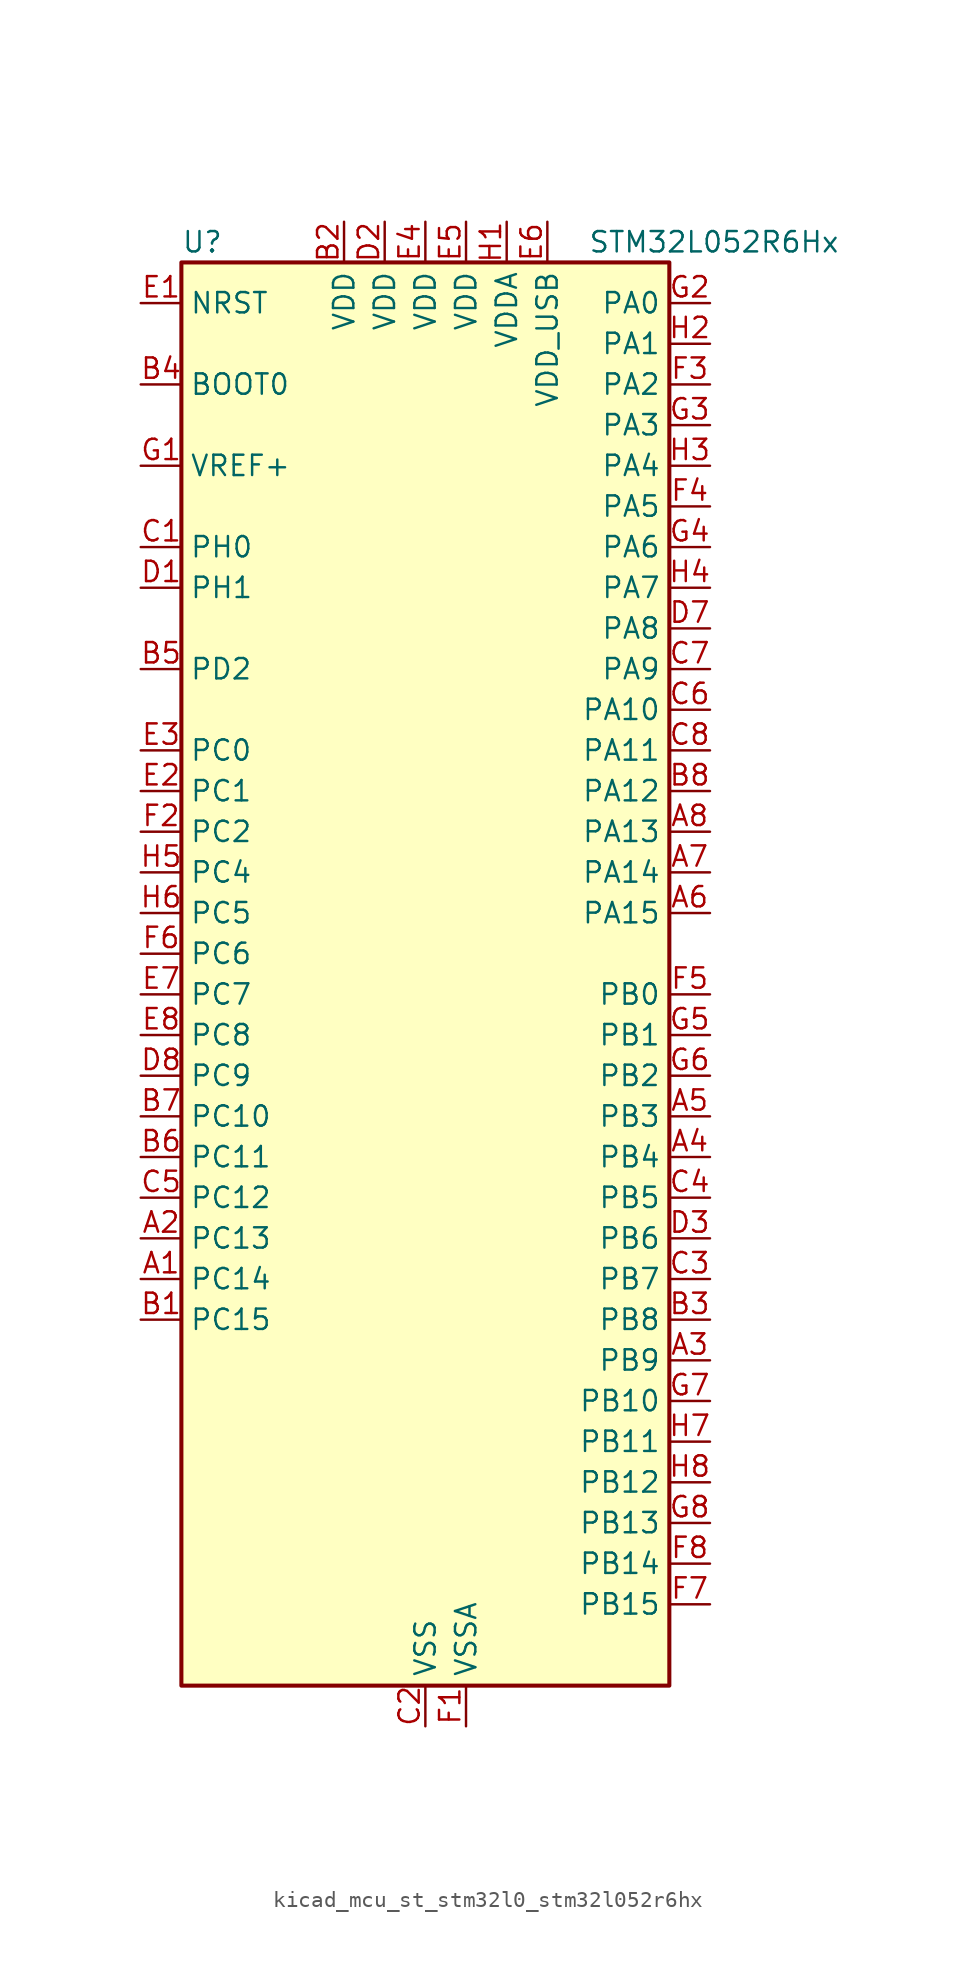
<source format=kicad_sym>
(kicad_symbol_lib
  (version 20220914)
  (generator kicad_symbol_editor)
  (symbol "kicad_mcu_st_stm32l0_stm32l052r6hx"
    (property "Reference" "U"
      (at -15.24 46.99 0)
      (effects (font (size 1.27 1.27)) (justify left)))
    (property "Value" "STM32L052R6Hx"
      (at 10.16 46.99 0)
      (effects (font (size 1.27 1.27)) (justify left)))
    (property "ki_locked" ""
      (at 0 0 0)
      (effects (font (size 1.27 1.27))))
    (symbol "kicad_mcu_st_stm32l0_stm32l052r6hx_0_1"
      (rectangle (start -15.24 -43.18) (end 15.24 45.72) (stroke (width 0.254) (type default)) (fill (type background))))
    (symbol "kicad_mcu_st_stm32l0_stm32l052r6hx_1_1"
      (pin bidirectional line (at -17.78 -17.78 0) (length 2.54) (name "PC14" (effects (font (size 1.27 1.27)))) (number "A1" (effects (font (size 1.27 1.27)))) (alternate "RCC_OSC32_IN" bidirectional line))
      (pin bidirectional line (at -17.78 -15.24 0) (length 2.54) (name "PC13" (effects (font (size 1.27 1.27)))) (number "A2" (effects (font (size 1.27 1.27)))) (alternate "RTC_OUT_ALARM" bidirectional line) (alternate "RTC_OUT_CALIB" bidirectional line) (alternate "RTC_TAMP1" bidirectional line) (alternate "RTC_TS" bidirectional line) (alternate "SYS_WKUP2" bidirectional line))
      (pin bidirectional line (at 17.78 -22.86 180) (length 2.54) (name "PB9" (effects (font (size 1.27 1.27)))) (number "A3" (effects (font (size 1.27 1.27)))) (alternate "DAC_EXTI9" bidirectional line) (alternate "I2C1_SDA" bidirectional line) (alternate "I2S2_WS" bidirectional line) (alternate "SPI2_NSS" bidirectional line))
      (pin bidirectional line (at 17.78 -10.16 180) (length 2.54) (name "PB4" (effects (font (size 1.27 1.27)))) (number "A4" (effects (font (size 1.27 1.27)))) (alternate "COMP2_INP" bidirectional line) (alternate "SPI1_MISO" bidirectional line) (alternate "TIM22_CH1" bidirectional line) (alternate "TSC_G5_IO2" bidirectional line))
      (pin bidirectional line (at 17.78 -7.62 180) (length 2.54) (name "PB3" (effects (font (size 1.27 1.27)))) (number "A5" (effects (font (size 1.27 1.27)))) (alternate "COMP2_INM" bidirectional line) (alternate "SPI1_SCK" bidirectional line) (alternate "TIM2_CH2" bidirectional line) (alternate "TSC_G5_IO1" bidirectional line))
      (pin bidirectional line (at 17.78 5.08 180) (length 2.54) (name "PA15" (effects (font (size 1.27 1.27)))) (number "A6" (effects (font (size 1.27 1.27)))) (alternate "SPI1_NSS" bidirectional line) (alternate "TIM2_CH1" bidirectional line) (alternate "TIM2_ETR" bidirectional line) (alternate "USART2_RX" bidirectional line))
      (pin bidirectional line (at 17.78 7.62 180) (length 2.54) (name "PA14" (effects (font (size 1.27 1.27)))) (number "A7" (effects (font (size 1.27 1.27)))) (alternate "SYS_SWCLK" bidirectional line) (alternate "USART2_TX" bidirectional line))
      (pin bidirectional line (at 17.78 10.16 180) (length 2.54) (name "PA13" (effects (font (size 1.27 1.27)))) (number "A8" (effects (font (size 1.27 1.27)))) (alternate "SYS_SWDIO" bidirectional line) (alternate "USB_NOE" bidirectional line))
      (pin bidirectional line (at -17.78 -20.32 0) (length 2.54) (name "PC15" (effects (font (size 1.27 1.27)))) (number "B1" (effects (font (size 1.27 1.27)))) (alternate "RCC_OSC32_OUT" bidirectional line))
      (pin power_in line (at -5.08 48.26 270) (length 2.54) (name "VDD" (effects (font (size 1.27 1.27)))) (number "B2" (effects (font (size 1.27 1.27)))))
      (pin bidirectional line (at 17.78 -20.32 180) (length 2.54) (name "PB8" (effects (font (size 1.27 1.27)))) (number "B3" (effects (font (size 1.27 1.27)))) (alternate "I2C1_SCL" bidirectional line) (alternate "TSC_SYNC" bidirectional line))
      (pin input line (at -17.78 38.1 0) (length 2.54) (name "BOOT0" (effects (font (size 1.27 1.27)))) (number "B4" (effects (font (size 1.27 1.27)))))
      (pin bidirectional line (at -17.78 20.32 0) (length 2.54) (name "PD2" (effects (font (size 1.27 1.27)))) (number "B5" (effects (font (size 1.27 1.27)))) (alternate "LPUART1_DE" bidirectional line) (alternate "LPUART1_RTS" bidirectional line))
      (pin bidirectional line (at -17.78 -10.16 0) (length 2.54) (name "PC11" (effects (font (size 1.27 1.27)))) (number "B6" (effects (font (size 1.27 1.27)))) (alternate "ADC_EXTI11" bidirectional line) (alternate "LPUART1_RX" bidirectional line))
      (pin bidirectional line (at -17.78 -7.62 0) (length 2.54) (name "PC10" (effects (font (size 1.27 1.27)))) (number "B7" (effects (font (size 1.27 1.27)))) (alternate "LPUART1_TX" bidirectional line))
      (pin bidirectional line (at 17.78 12.7 180) (length 2.54) (name "PA12" (effects (font (size 1.27 1.27)))) (number "B8" (effects (font (size 1.27 1.27)))) (alternate "COMP2_OUT" bidirectional line) (alternate "SPI1_MOSI" bidirectional line) (alternate "TSC_G4_IO4" bidirectional line) (alternate "USART1_DE" bidirectional line) (alternate "USART1_RTS" bidirectional line) (alternate "USB_DP" bidirectional line))
      (pin bidirectional line (at -17.78 27.94 0) (length 2.54) (name "PH0" (effects (font (size 1.27 1.27)))) (number "C1" (effects (font (size 1.27 1.27)))) (alternate "CRS_SYNC" bidirectional line) (alternate "RCC_OSC_IN" bidirectional line))
      (pin power_in line (at 0 -45.72 90) (length 2.54) (name "VSS" (effects (font (size 1.27 1.27)))) (number "C2" (effects (font (size 1.27 1.27)))))
      (pin bidirectional line (at 17.78 -17.78 180) (length 2.54) (name "PB7" (effects (font (size 1.27 1.27)))) (number "C3" (effects (font (size 1.27 1.27)))) (alternate "COMP2_INP" bidirectional line) (alternate "I2C1_SDA" bidirectional line) (alternate "LPTIM1_IN2" bidirectional line) (alternate "SYS_PVD_IN" bidirectional line) (alternate "TSC_G5_IO4" bidirectional line) (alternate "USART1_RX" bidirectional line))
      (pin bidirectional line (at 17.78 -12.7 180) (length 2.54) (name "PB5" (effects (font (size 1.27 1.27)))) (number "C4" (effects (font (size 1.27 1.27)))) (alternate "COMP2_INP" bidirectional line) (alternate "I2C1_SMBA" bidirectional line) (alternate "LPTIM1_IN1" bidirectional line) (alternate "SPI1_MOSI" bidirectional line) (alternate "TIM22_CH2" bidirectional line))
      (pin bidirectional line (at -17.78 -12.7 0) (length 2.54) (name "PC12" (effects (font (size 1.27 1.27)))) (number "C5" (effects (font (size 1.27 1.27)))))
      (pin bidirectional line (at 17.78 17.78 180) (length 2.54) (name "PA10" (effects (font (size 1.27 1.27)))) (number "C6" (effects (font (size 1.27 1.27)))) (alternate "TSC_G4_IO2" bidirectional line) (alternate "USART1_RX" bidirectional line))
      (pin bidirectional line (at 17.78 20.32 180) (length 2.54) (name "PA9" (effects (font (size 1.27 1.27)))) (number "C7" (effects (font (size 1.27 1.27)))) (alternate "DAC_EXTI9" bidirectional line) (alternate "RCC_MCO" bidirectional line) (alternate "TSC_G4_IO1" bidirectional line) (alternate "USART1_TX" bidirectional line))
      (pin bidirectional line (at 17.78 15.24 180) (length 2.54) (name "PA11" (effects (font (size 1.27 1.27)))) (number "C8" (effects (font (size 1.27 1.27)))) (alternate "ADC_EXTI11" bidirectional line) (alternate "COMP1_OUT" bidirectional line) (alternate "SPI1_MISO" bidirectional line) (alternate "TSC_G4_IO3" bidirectional line) (alternate "USART1_CTS" bidirectional line) (alternate "USB_DM" bidirectional line))
      (pin bidirectional line (at -17.78 25.4 0) (length 2.54) (name "PH1" (effects (font (size 1.27 1.27)))) (number "D1" (effects (font (size 1.27 1.27)))) (alternate "RCC_OSC_OUT" bidirectional line))
      (pin power_in line (at -2.54 48.26 270) (length 2.54) (name "VDD" (effects (font (size 1.27 1.27)))) (number "D2" (effects (font (size 1.27 1.27)))))
      (pin bidirectional line (at 17.78 -15.24 180) (length 2.54) (name "PB6" (effects (font (size 1.27 1.27)))) (number "D3" (effects (font (size 1.27 1.27)))) (alternate "COMP2_INP" bidirectional line) (alternate "I2C1_SCL" bidirectional line) (alternate "LPTIM1_ETR" bidirectional line) (alternate "TSC_G5_IO3" bidirectional line) (alternate "USART1_TX" bidirectional line))
      (pin passive line (at 0 -45.72 90) (length 2.54) hide (name "VSS" (effects (font (size 1.27 1.27)))) (number "D4" (effects (font (size 1.27 1.27)))))
      (pin passive line (at 0 -45.72 90) (length 2.54) hide (name "VSS" (effects (font (size 1.27 1.27)))) (number "D5" (effects (font (size 1.27 1.27)))))
      (pin passive line (at 0 -45.72 90) (length 2.54) hide (name "VSS" (effects (font (size 1.27 1.27)))) (number "D6" (effects (font (size 1.27 1.27)))))
      (pin bidirectional line (at 17.78 22.86 180) (length 2.54) (name "PA8" (effects (font (size 1.27 1.27)))) (number "D7" (effects (font (size 1.27 1.27)))) (alternate "CRS_SYNC" bidirectional line) (alternate "RCC_MCO" bidirectional line) (alternate "USART1_CK" bidirectional line))
      (pin bidirectional line (at -17.78 -5.08 0) (length 2.54) (name "PC9" (effects (font (size 1.27 1.27)))) (number "D8" (effects (font (size 1.27 1.27)))) (alternate "DAC_EXTI9" bidirectional line) (alternate "TIM21_ETR" bidirectional line) (alternate "TSC_G8_IO4" bidirectional line) (alternate "USB_NOE" bidirectional line))
      (pin input line (at -17.78 43.18 0) (length 2.54) (name "NRST" (effects (font (size 1.27 1.27)))) (number "E1" (effects (font (size 1.27 1.27)))))
      (pin bidirectional line (at -17.78 12.7 0) (length 2.54) (name "PC1" (effects (font (size 1.27 1.27)))) (number "E2" (effects (font (size 1.27 1.27)))) (alternate "ADC_IN11" bidirectional line) (alternate "LPTIM1_OUT" bidirectional line) (alternate "TSC_G7_IO2" bidirectional line))
      (pin bidirectional line (at -17.78 15.24 0) (length 2.54) (name "PC0" (effects (font (size 1.27 1.27)))) (number "E3" (effects (font (size 1.27 1.27)))) (alternate "ADC_IN10" bidirectional line) (alternate "LPTIM1_IN1" bidirectional line) (alternate "TSC_G7_IO1" bidirectional line))
      (pin power_in line (at 0 48.26 270) (length 2.54) (name "VDD" (effects (font (size 1.27 1.27)))) (number "E4" (effects (font (size 1.27 1.27)))))
      (pin power_in line (at 2.54 48.26 270) (length 2.54) (name "VDD" (effects (font (size 1.27 1.27)))) (number "E5" (effects (font (size 1.27 1.27)))))
      (pin power_in line (at 7.62 48.26 270) (length 2.54) (name "VDD_USB" (effects (font (size 1.27 1.27)))) (number "E6" (effects (font (size 1.27 1.27)))))
      (pin bidirectional line (at -17.78 0 0) (length 2.54) (name "PC7" (effects (font (size 1.27 1.27)))) (number "E7" (effects (font (size 1.27 1.27)))) (alternate "TIM22_CH2" bidirectional line) (alternate "TSC_G8_IO2" bidirectional line))
      (pin bidirectional line (at -17.78 -2.54 0) (length 2.54) (name "PC8" (effects (font (size 1.27 1.27)))) (number "E8" (effects (font (size 1.27 1.27)))) (alternate "TIM22_ETR" bidirectional line) (alternate "TSC_G8_IO3" bidirectional line))
      (pin power_in line (at 2.54 -45.72 90) (length 2.54) (name "VSSA" (effects (font (size 1.27 1.27)))) (number "F1" (effects (font (size 1.27 1.27)))))
      (pin bidirectional line (at -17.78 10.16 0) (length 2.54) (name "PC2" (effects (font (size 1.27 1.27)))) (number "F2" (effects (font (size 1.27 1.27)))) (alternate "ADC_IN12" bidirectional line) (alternate "I2S2_MCK" bidirectional line) (alternate "LPTIM1_IN2" bidirectional line) (alternate "SPI2_MISO" bidirectional line) (alternate "TSC_G7_IO3" bidirectional line))
      (pin bidirectional line (at 17.78 38.1 180) (length 2.54) (name "PA2" (effects (font (size 1.27 1.27)))) (number "F3" (effects (font (size 1.27 1.27)))) (alternate "ADC_IN2" bidirectional line) (alternate "COMP2_INM" bidirectional line) (alternate "COMP2_OUT" bidirectional line) (alternate "TIM21_CH1" bidirectional line) (alternate "TIM2_CH3" bidirectional line) (alternate "TSC_G1_IO3" bidirectional line) (alternate "USART2_TX" bidirectional line))
      (pin bidirectional line (at 17.78 30.48 180) (length 2.54) (name "PA5" (effects (font (size 1.27 1.27)))) (number "F4" (effects (font (size 1.27 1.27)))) (alternate "ADC_IN5" bidirectional line) (alternate "COMP1_INM" bidirectional line) (alternate "COMP2_INM" bidirectional line) (alternate "SPI1_SCK" bidirectional line) (alternate "TIM2_CH1" bidirectional line) (alternate "TIM2_ETR" bidirectional line) (alternate "TSC_G2_IO2" bidirectional line))
      (pin bidirectional line (at 17.78 0 180) (length 2.54) (name "PB0" (effects (font (size 1.27 1.27)))) (number "F5" (effects (font (size 1.27 1.27)))) (alternate "ADC_IN8" bidirectional line) (alternate "SYS_VREF_OUT_PB0" bidirectional line) (alternate "TSC_G3_IO2" bidirectional line))
      (pin bidirectional line (at -17.78 2.54 0) (length 2.54) (name "PC6" (effects (font (size 1.27 1.27)))) (number "F6" (effects (font (size 1.27 1.27)))) (alternate "TIM22_CH1" bidirectional line) (alternate "TSC_G8_IO1" bidirectional line))
      (pin bidirectional line (at 17.78 -38.1 180) (length 2.54) (name "PB15" (effects (font (size 1.27 1.27)))) (number "F7" (effects (font (size 1.27 1.27)))) (alternate "I2S2_SD" bidirectional line) (alternate "RTC_REFIN" bidirectional line) (alternate "SPI2_MOSI" bidirectional line))
      (pin bidirectional line (at 17.78 -35.56 180) (length 2.54) (name "PB14" (effects (font (size 1.27 1.27)))) (number "F8" (effects (font (size 1.27 1.27)))) (alternate "I2C2_SDA" bidirectional line) (alternate "I2S2_MCK" bidirectional line) (alternate "LPUART1_DE" bidirectional line) (alternate "LPUART1_RTS" bidirectional line) (alternate "RTC_OUT_ALARM" bidirectional line) (alternate "RTC_OUT_CALIB" bidirectional line) (alternate "SPI2_MISO" bidirectional line) (alternate "TIM21_CH2" bidirectional line) (alternate "TSC_G6_IO4" bidirectional line))
      (pin input line (at -17.78 33.02 0) (length 2.54) (name "VREF+" (effects (font (size 1.27 1.27)))) (number "G1" (effects (font (size 1.27 1.27)))))
      (pin bidirectional line (at 17.78 43.18 180) (length 2.54) (name "PA0" (effects (font (size 1.27 1.27)))) (number "G2" (effects (font (size 1.27 1.27)))) (alternate "ADC_IN0" bidirectional line) (alternate "COMP1_INM" bidirectional line) (alternate "COMP1_OUT" bidirectional line) (alternate "RTC_TAMP2" bidirectional line) (alternate "SYS_WKUP1" bidirectional line) (alternate "TIM2_CH1" bidirectional line) (alternate "TIM2_ETR" bidirectional line) (alternate "TSC_G1_IO1" bidirectional line) (alternate "USART2_CTS" bidirectional line))
      (pin bidirectional line (at 17.78 35.56 180) (length 2.54) (name "PA3" (effects (font (size 1.27 1.27)))) (number "G3" (effects (font (size 1.27 1.27)))) (alternate "ADC_IN3" bidirectional line) (alternate "COMP2_INP" bidirectional line) (alternate "TIM21_CH2" bidirectional line) (alternate "TIM2_CH4" bidirectional line) (alternate "TSC_G1_IO4" bidirectional line) (alternate "USART2_RX" bidirectional line))
      (pin bidirectional line (at 17.78 27.94 180) (length 2.54) (name "PA6" (effects (font (size 1.27 1.27)))) (number "G4" (effects (font (size 1.27 1.27)))) (alternate "ADC_IN6" bidirectional line) (alternate "COMP1_OUT" bidirectional line) (alternate "LPUART1_CTS" bidirectional line) (alternate "SPI1_MISO" bidirectional line) (alternate "TIM22_CH1" bidirectional line) (alternate "TSC_G2_IO3" bidirectional line))
      (pin bidirectional line (at 17.78 -2.54 180) (length 2.54) (name "PB1" (effects (font (size 1.27 1.27)))) (number "G5" (effects (font (size 1.27 1.27)))) (alternate "ADC_IN9" bidirectional line) (alternate "LPUART1_DE" bidirectional line) (alternate "LPUART1_RTS" bidirectional line) (alternate "SYS_VREF_OUT_PB1" bidirectional line) (alternate "TSC_G3_IO3" bidirectional line))
      (pin bidirectional line (at 17.78 -5.08 180) (length 2.54) (name "PB2" (effects (font (size 1.27 1.27)))) (number "G6" (effects (font (size 1.27 1.27)))) (alternate "LPTIM1_OUT" bidirectional line) (alternate "TSC_G3_IO4" bidirectional line))
      (pin bidirectional line (at 17.78 -25.4 180) (length 2.54) (name "PB10" (effects (font (size 1.27 1.27)))) (number "G7" (effects (font (size 1.27 1.27)))) (alternate "I2C2_SCL" bidirectional line) (alternate "LPUART1_TX" bidirectional line) (alternate "SPI2_SCK" bidirectional line) (alternate "TIM2_CH3" bidirectional line) (alternate "TSC_SYNC" bidirectional line))
      (pin bidirectional line (at 17.78 -33.02 180) (length 2.54) (name "PB13" (effects (font (size 1.27 1.27)))) (number "G8" (effects (font (size 1.27 1.27)))) (alternate "I2C2_SCL" bidirectional line) (alternate "I2S2_CK" bidirectional line) (alternate "LPUART1_CTS" bidirectional line) (alternate "SPI2_SCK" bidirectional line) (alternate "TIM21_CH1" bidirectional line) (alternate "TSC_G6_IO3" bidirectional line))
      (pin power_in line (at 5.08 48.26 270) (length 2.54) (name "VDDA" (effects (font (size 1.27 1.27)))) (number "H1" (effects (font (size 1.27 1.27)))))
      (pin bidirectional line (at 17.78 40.64 180) (length 2.54) (name "PA1" (effects (font (size 1.27 1.27)))) (number "H2" (effects (font (size 1.27 1.27)))) (alternate "ADC_IN1" bidirectional line) (alternate "COMP1_INP" bidirectional line) (alternate "TIM21_ETR" bidirectional line) (alternate "TIM2_CH2" bidirectional line) (alternate "TSC_G1_IO2" bidirectional line) (alternate "USART2_DE" bidirectional line) (alternate "USART2_RTS" bidirectional line))
      (pin bidirectional line (at 17.78 33.02 180) (length 2.54) (name "PA4" (effects (font (size 1.27 1.27)))) (number "H3" (effects (font (size 1.27 1.27)))) (alternate "ADC_IN4" bidirectional line) (alternate "COMP1_INM" bidirectional line) (alternate "COMP2_INM" bidirectional line) (alternate "DAC_OUT1" bidirectional line) (alternate "SPI1_NSS" bidirectional line) (alternate "TIM22_ETR" bidirectional line) (alternate "TSC_G2_IO1" bidirectional line) (alternate "USART2_CK" bidirectional line))
      (pin bidirectional line (at 17.78 25.4 180) (length 2.54) (name "PA7" (effects (font (size 1.27 1.27)))) (number "H4" (effects (font (size 1.27 1.27)))) (alternate "ADC_IN7" bidirectional line) (alternate "COMP2_OUT" bidirectional line) (alternate "SPI1_MOSI" bidirectional line) (alternate "TIM22_CH2" bidirectional line) (alternate "TSC_G2_IO4" bidirectional line))
      (pin bidirectional line (at -17.78 7.62 0) (length 2.54) (name "PC4" (effects (font (size 1.27 1.27)))) (number "H5" (effects (font (size 1.27 1.27)))) (alternate "ADC_IN14" bidirectional line) (alternate "LPUART1_TX" bidirectional line))
      (pin bidirectional line (at -17.78 5.08 0) (length 2.54) (name "PC5" (effects (font (size 1.27 1.27)))) (number "H6" (effects (font (size 1.27 1.27)))) (alternate "ADC_IN15" bidirectional line) (alternate "LPUART1_RX" bidirectional line) (alternate "TSC_G3_IO1" bidirectional line))
      (pin bidirectional line (at 17.78 -27.94 180) (length 2.54) (name "PB11" (effects (font (size 1.27 1.27)))) (number "H7" (effects (font (size 1.27 1.27)))) (alternate "ADC_EXTI11" bidirectional line) (alternate "I2C2_SDA" bidirectional line) (alternate "LPUART1_RX" bidirectional line) (alternate "TIM2_CH4" bidirectional line) (alternate "TSC_G6_IO1" bidirectional line))
      (pin bidirectional line (at 17.78 -30.48 180) (length 2.54) (name "PB12" (effects (font (size 1.27 1.27)))) (number "H8" (effects (font (size 1.27 1.27)))) (alternate "I2S2_WS" bidirectional line) (alternate "LPUART1_DE" bidirectional line) (alternate "LPUART1_RTS" bidirectional line) (alternate "SPI2_NSS" bidirectional line) (alternate "TSC_G6_IO2" bidirectional line)))))
</source>
